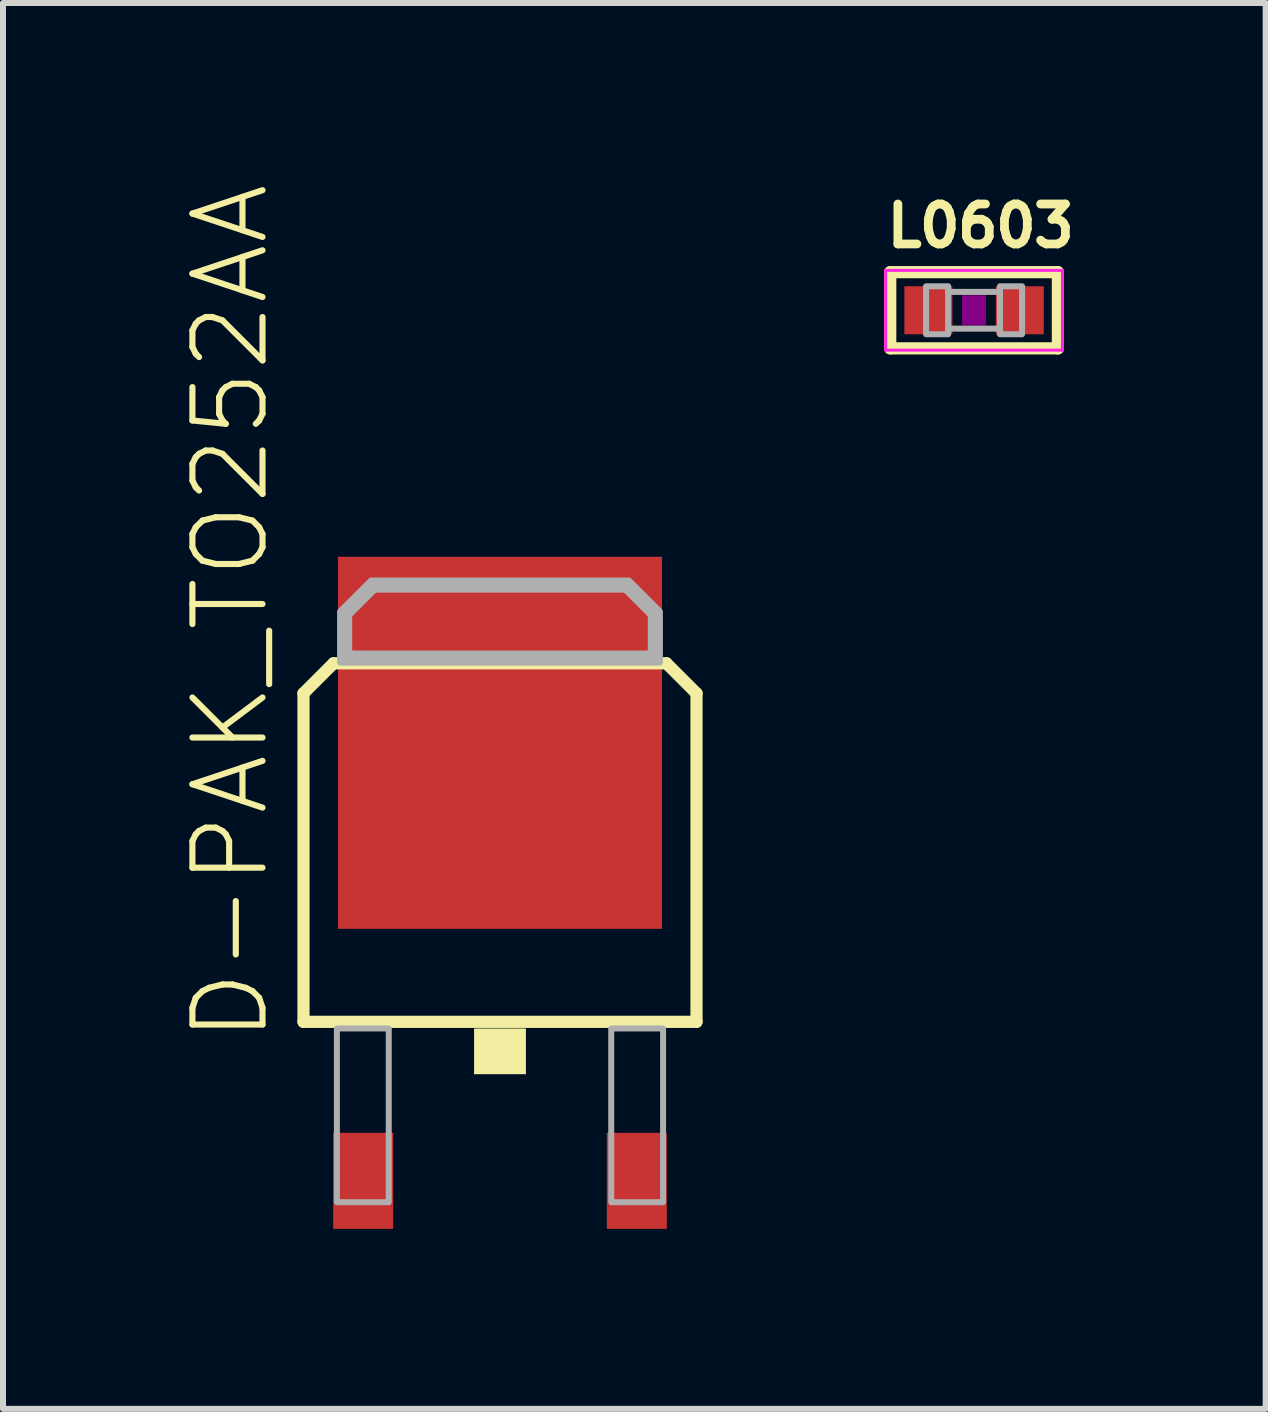
<source format=kicad_pcb>
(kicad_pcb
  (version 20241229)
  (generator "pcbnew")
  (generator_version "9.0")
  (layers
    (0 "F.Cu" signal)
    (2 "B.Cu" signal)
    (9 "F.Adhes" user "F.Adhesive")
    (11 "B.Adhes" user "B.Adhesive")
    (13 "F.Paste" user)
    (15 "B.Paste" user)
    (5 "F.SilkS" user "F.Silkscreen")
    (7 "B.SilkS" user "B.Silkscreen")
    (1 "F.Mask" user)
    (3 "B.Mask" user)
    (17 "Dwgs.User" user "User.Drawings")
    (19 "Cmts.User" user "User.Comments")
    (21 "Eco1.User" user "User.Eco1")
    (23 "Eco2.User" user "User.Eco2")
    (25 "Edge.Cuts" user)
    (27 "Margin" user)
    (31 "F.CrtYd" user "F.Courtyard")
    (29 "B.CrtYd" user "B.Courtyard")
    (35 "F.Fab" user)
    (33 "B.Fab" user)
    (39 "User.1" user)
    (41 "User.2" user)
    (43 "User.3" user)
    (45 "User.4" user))
  (footprint "D-PAK_TO252AA"
    (layer "F.Cu")
    (at 5.283 11.83)
    (property "Reference" "D-PAK_TO252AA" (at -3.81 2.54 90) (unlocked yes) (layer "F.SilkS") (effects (font (size 1.168 1.168) (thickness 0.102)) (justify left bottom)))
    (fp_line (start -3.275 -3.325) (end -2.775 -3.825) (stroke (width 0.203) (type solid)) (layer "F.SilkS"))
    (fp_line (start -3.275 2.15) (end -3.275 -3.325) (stroke (width 0.203) (type solid)) (layer "F.SilkS"))
    (fp_line (start -2.775 -3.825) (end 2.775 -3.825) (stroke (width 0.203) (type solid)) (layer "F.SilkS"))
    (fp_line (start 2.775 -3.825) (end 3.275 -3.325) (stroke (width 0.203) (type solid)) (layer "F.SilkS"))
    (fp_line (start 3.275 -3.325) (end 3.275 2.15) (stroke (width 0.203) (type solid)) (layer "F.SilkS"))
    (fp_line (start 3.275 2.15) (end -3.275 2.15) (stroke (width 0.203) (type solid)) (layer "F.SilkS"))
    (fp_poly (pts (xy -0.432 3.023) (xy 0.432 3.023) (xy 0.432 2.261) (xy -0.432 2.261)) (stroke (width 0) (type default)) (fill yes) (layer "F.SilkS"))
    (fp_line (start -2.565 -4.648) (end -2.108 -5.105) (stroke (width 0.203) (type solid)) (layer "F.Fab"))
    (fp_line (start -2.565 -3.937) (end -2.565 -4.648) (stroke (width 0.203) (type solid)) (layer "F.Fab"))
    (fp_line (start -2.108 -5.105) (end 2.108 -5.105) (stroke (width 0.203) (type solid)) (layer "F.Fab"))
    (fp_line (start 2.108 -5.105) (end 2.565 -4.648) (stroke (width 0.203) (type solid)) (layer "F.Fab"))
    (fp_line (start 2.565 -4.648) (end 2.565 -3.937) (stroke (width 0.203) (type solid)) (layer "F.Fab"))
    (fp_line (start 2.565 -3.937) (end -2.565 -3.937) (stroke (width 0.203) (type solid)) (layer "F.Fab"))
    (fp_poly (pts (xy -2.718 5.156) (xy -1.854 5.156) (xy -1.854 2.261) (xy -2.718 2.261)) (stroke (width 0.1) (type default)) (fill no) (layer "F.Fab"))
    (fp_poly (pts (xy 1.854 5.156) (xy 2.718 5.156) (xy 2.718 2.261) (xy 1.854 2.261)) (stroke (width 0.1) (type default)) (fill no) (layer "F.Fab"))
    (fp_poly (pts (xy 2.665 -4.69) (xy 2.665 -3.837) (xy -2.665 -3.837) (xy -2.665 -4.69) (xy -2.15 -5.205) (xy 2.15 -5.205)) (stroke (width 0.1) (type default)) (fill no) (layer "F.Fab"))
    (pad "1" smd rect (at -2.28 4.8) (size 1 1.6) (layers "F.Cu" "F.Mask" "F.Paste"))
    (pad "3" smd rect (at 2.28 4.8) (size 1 1.6) (layers "F.Cu" "F.Mask" "F.Paste"))
    (pad "4" smd rect (at 0 -2.5) (size 5.4 6.2) (layers "F.Cu" "F.Mask" "F.Paste")))
  (footprint "L0603"
    (layer "F.Cu")
    (at 13.184 2.121)
    (property "Reference" "L0603" (at -1.524 -1.016 0) (unlocked yes) (layer "F.SilkS") (effects (font (size 0.666 0.666) (thickness 0.146)) (justify left bottom)))
    (fp_line (start -1.397 -0.635) (end 1.397 -0.635) (stroke (width 0.203) (type solid)) (layer "F.SilkS"))
    (fp_line (start -1.397 0.635) (end -1.397 -0.635) (stroke (width 0.203) (type solid)) (layer "F.SilkS"))
    (fp_line (start 1.397 -0.635) (end 1.397 0.635) (stroke (width 0.203) (type solid)) (layer "F.SilkS"))
    (fp_line (start 1.397 0.635) (end -1.397 0.635) (stroke (width 0.203) (type solid)) (layer "F.SilkS"))
    (fp_poly (pts (xy -0.2 0.25) (xy 0.2 0.25) (xy 0.2 -0.25) (xy -0.2 -0.25)) (stroke (width 0) (type default)) (fill yes) (layer "F.Adhes"))
    (fp_line (start -1.473 -0.665) (end 1.473 -0.665) (stroke (width 0.051) (type solid)) (layer "F.CrtYd"))
    (fp_line (start -1.473 0.665) (end -1.473 -0.665) (stroke (width 0.051) (type solid)) (layer "F.CrtYd"))
    (fp_line (start 1.473 -0.665) (end 1.473 0.665) (stroke (width 0.051) (type solid)) (layer "F.CrtYd"))
    (fp_line (start 1.473 0.665) (end -1.473 0.665) (stroke (width 0.051) (type solid)) (layer "F.CrtYd"))
    (fp_line (start -0.432 0.306) (end 0.432 0.306) (stroke (width 0.102) (type solid)) (layer "F.Fab"))
    (fp_line (start 0.432 -0.306) (end -0.432 -0.306) (stroke (width 0.102) (type solid)) (layer "F.Fab"))
    (fp_poly (pts (xy -0.8 0.4) (xy -0.432 0.4) (xy -0.432 -0.4) (xy -0.8 -0.4)) (stroke (width 0.1) (type default)) (fill no) (layer "F.Fab"))
    (fp_poly (pts (xy 0.432 0.4) (xy 0.8 0.4) (xy 0.8 -0.4) (xy 0.432 -0.4)) (stroke (width 0.1) (type default)) (fill no) (layer "F.Fab"))
    (pad "1" smd rect (at -0.762 0) (size 0.8 0.8) (layers "F.Cu" "F.Mask" "F.Paste"))
    (pad "2" smd rect (at 0.762 0) (size 0.8 0.8) (layers "F.Cu" "F.Mask" "F.Paste")))
  (gr_rect
    (start -3 -3)
    (end 18.044 20.43)
    (stroke (width 0.1) (type default))
    (fill no)
    (layer "Edge.Cuts")))
</source>
